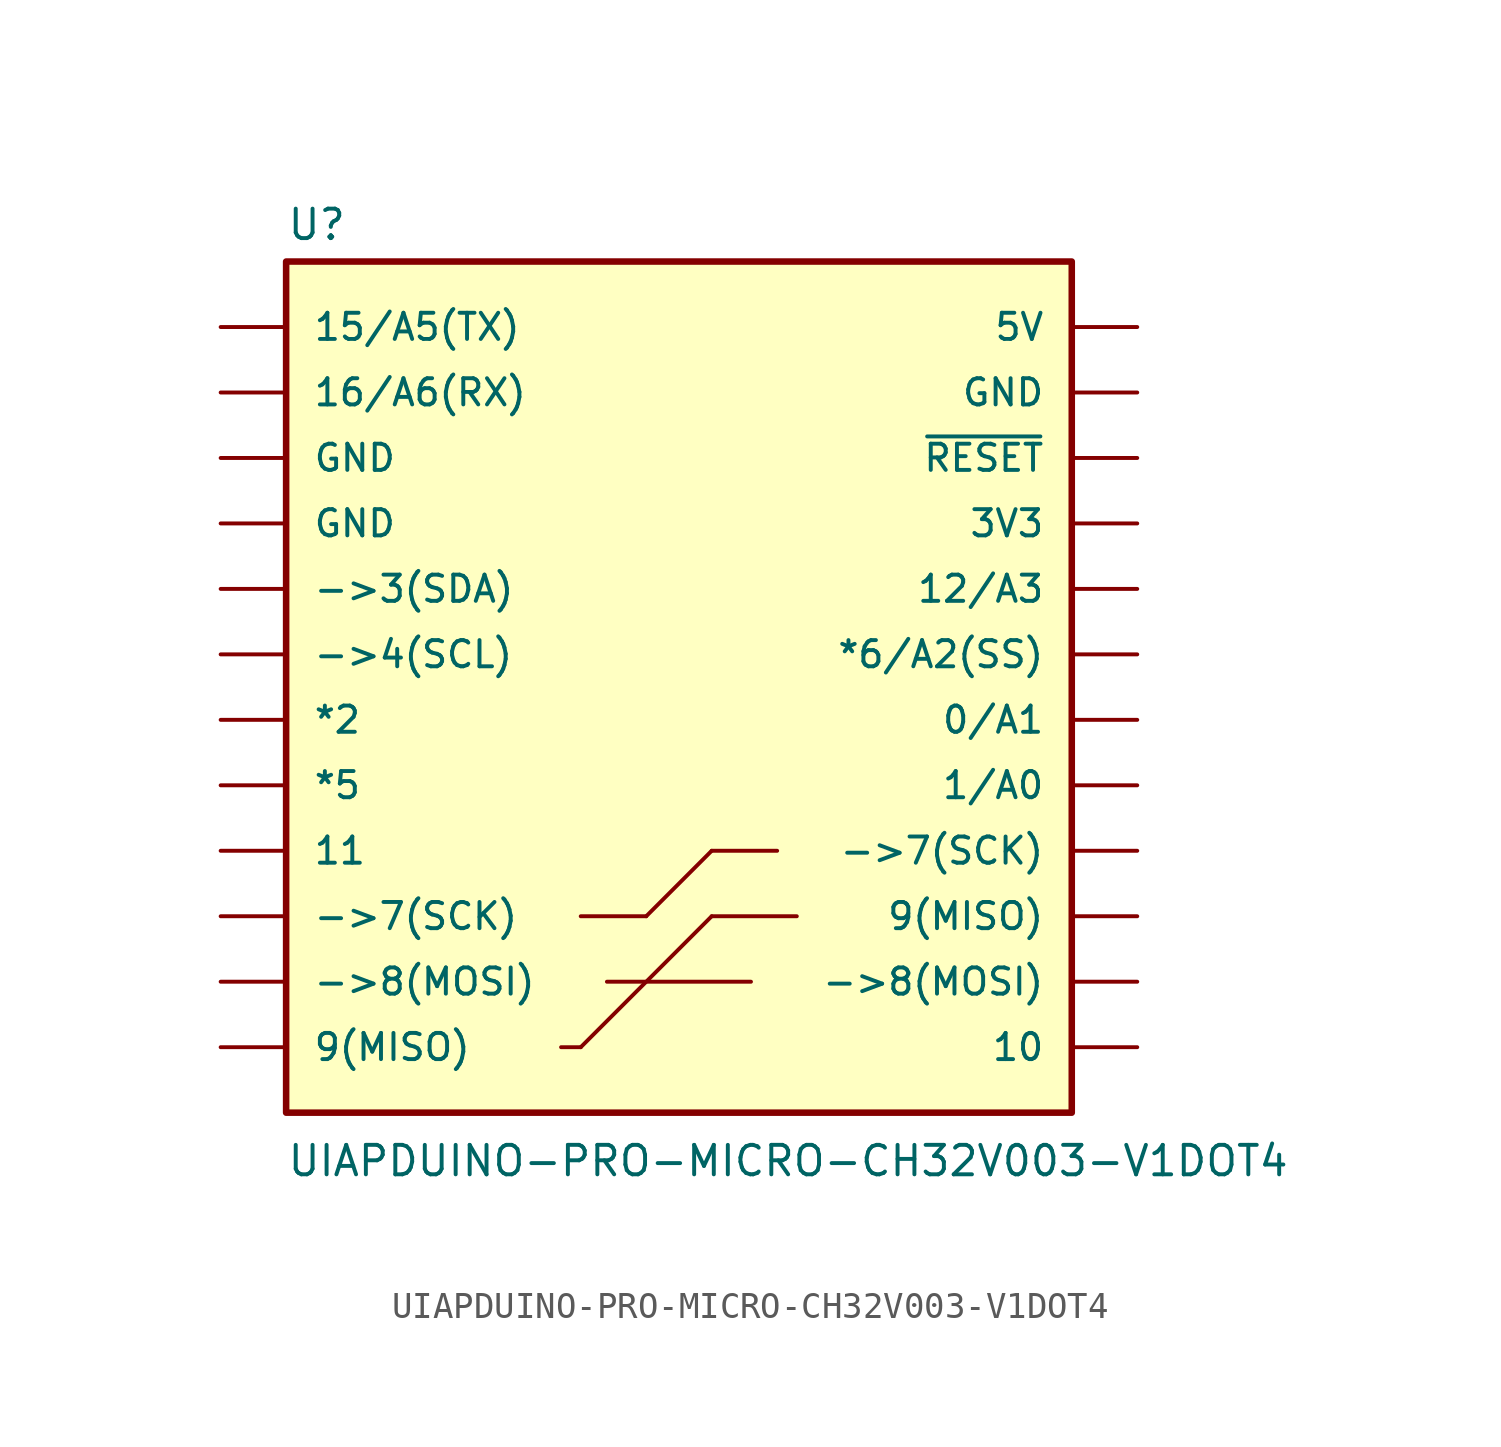
<source format=kicad_sym>
(kicad_symbol_lib
  (version 20241209)
  (generator "kicad_symbol_editor")
  (generator_version "9.0")
  (symbol "UIAPDUINO-PRO-MICRO-CH32V003-V1DOT4"
    (pin_numbers
      (hide yes))
    (pin_names
      (offset 1.016))
    (property "Reference" "U"
      (at -15.24 18.542 0)
      (effects (font (size 1.143 1.143)) (justify left bottom)))
    (property "Value" "UIAPDUINO-PRO-MICRO-CH32V003-V1DOT4"
      (at -15.24 -17.78 0)
      (effects (font (size 1.143 1.143)) (justify left bottom)))
    (symbol "UIAPDUINO-PRO-MICRO-CH32V003-V1DOT4_0_1"
      (rectangle (start -15.24 17.78) (end 15.24 -15.24) (stroke (width 0.254) (type default)) (fill (type background))))
    (symbol "UIAPDUINO-PRO-MICRO-CH32V003-V1DOT4_1_0"
      (polyline (pts (xy -3.81 -12.7) (xy -4.572 -12.7)) (stroke (width 0) (type solid)) (fill (type none)))
      (polyline (pts (xy -2.794 -10.16) (xy 2.794 -10.16)) (stroke (width 0) (type solid)) (fill (type none)))
      (polyline (pts (xy -1.27 -7.62) (xy -3.81 -7.62)) (stroke (width 0) (type solid)) (fill (type none)))
      (polyline (pts (xy 1.27 -5.08) (xy -1.27 -7.62)) (stroke (width 0) (type solid)) (fill (type none)))
      (polyline (pts (xy 1.27 -7.62) (xy -3.81 -12.7)) (stroke (width 0) (type solid)) (fill (type none)))
      (polyline (pts (xy 3.81 -5.08) (xy 1.27 -5.08)) (stroke (width 0) (type solid)) (fill (type none)))
      (polyline (pts (xy 4.572 -7.62) (xy 1.27 -7.62)) (stroke (width 0) (type solid)) (fill (type none))))
    (symbol "UIAPDUINO-PRO-MICRO-CH32V003-V1DOT4_1_1"
      (pin bidirectional line (at -17.78 15.24 0) (length 2.54) (name "15/A5(TX)" (effects (font (size 1.016 1.016)))) (number "1" (effects (font (size 1.016 1.016)))))
      (pin bidirectional line (at -17.78 12.7 0) (length 2.54) (name "16/A6(RX)" (effects (font (size 1.016 1.016)))) (number "2" (effects (font (size 1.016 1.016)))))
      (pin power_in line (at -17.78 10.16 0) (length 2.54) (name "GND" (effects (font (size 1.016 1.016)))) (number "3" (effects (font (size 1.016 1.016)))))
      (pin power_in line (at -17.78 7.62 0) (length 2.54) (name "GND" (effects (font (size 1.016 1.016)))) (number "4" (effects (font (size 1.016 1.016)))))
      (pin bidirectional line (at -17.78 5.08 0) (length 2.54) (name "->3(SDA)" (effects (font (size 1.016 1.016)))) (number "5" (effects (font (size 1.016 1.016)))))
      (pin bidirectional line (at -17.78 2.54 0) (length 2.54) (name "->4(SCL)" (effects (font (size 1.016 1.016)))) (number "6" (effects (font (size 1.016 1.016)))))
      (pin bidirectional line (at -17.78 0 0) (length 2.54) (name "*2" (effects (font (size 1.016 1.016)))) (number "7" (effects (font (size 1.016 1.016)))))
      (pin bidirectional line (at -17.78 -2.54 0) (length 2.54) (name "*5" (effects (font (size 1.016 1.016)))) (number "8" (effects (font (size 1.016 1.016)))))
      (pin bidirectional line (at -17.78 -5.08 0) (length 2.54) (name "11" (effects (font (size 1.016 1.016)))) (number "9" (effects (font (size 1.016 1.016)))))
      (pin bidirectional line (at -17.78 -7.62 0) (length 2.54) (name "->7(SCK)" (effects (font (size 1.016 1.016)))) (number "10" (effects (font (size 1.016 1.016)))))
      (pin bidirectional line (at -17.78 -10.16 0) (length 2.54) (name "->8(MOSI)" (effects (font (size 1.016 1.016)))) (number "11" (effects (font (size 1.016 1.016)))))
      (pin bidirectional line (at -17.78 -12.7 0) (length 2.54) (name "9(MISO)" (effects (font (size 1.016 1.016)))) (number "12" (effects (font (size 1.016 1.016)))))
      (pin power_in line (at 17.78 15.24 180) (length 2.54) (name "5V" (effects (font (size 1.016 1.016)))) (number "24" (effects (font (size 1.016 1.016)))))
      (pin power_in line (at 17.78 12.7 180) (length 2.54) (name "GND" (effects (font (size 1.016 1.016)))) (number "23" (effects (font (size 1.016 1.016)))))
      (pin bidirectional line (at 17.78 10.16 180) (length 2.54) (name "~{RESET}" (effects (font (size 1.016 1.016)))) (number "22" (effects (font (size 1.016 1.016)))))
      (pin power_in line (at 17.78 7.62 180) (length 2.54) (name "3V3" (effects (font (size 1.016 1.016)))) (number "21" (effects (font (size 1.016 1.016)))))
      (pin bidirectional line (at 17.78 5.08 180) (length 2.54) (name "12/A3" (effects (font (size 1.016 1.016)))) (number "20" (effects (font (size 1.016 1.016)))))
      (pin bidirectional line (at 17.78 2.54 180) (length 2.54) (name "*6/A2(SS)" (effects (font (size 1.016 1.016)))) (number "19" (effects (font (size 1.016 1.016)))))
      (pin bidirectional line (at 17.78 0 180) (length 2.54) (name "0/A1" (effects (font (size 1.016 1.016)))) (number "18" (effects (font (size 1.016 1.016)))))
      (pin bidirectional line (at 17.78 -2.54 180) (length 2.54) (name "1/A0" (effects (font (size 1.016 1.016)))) (number "17" (effects (font (size 1.016 1.016)))))
      (pin bidirectional line (at 17.78 -5.08 180) (length 2.54) (name "->7(SCK)" (effects (font (size 1.016 1.016)))) (number "16" (effects (font (size 1.016 1.016)))))
      (pin bidirectional line (at 17.78 -7.62 180) (length 2.54) (name "9(MISO)" (effects (font (size 1.016 1.016)))) (number "15" (effects (font (size 1.016 1.016)))))
      (pin bidirectional line (at 17.78 -10.16 180) (length 2.54) (name "->8(MOSI)" (effects (font (size 1.016 1.016)))) (number "14" (effects (font (size 1.016 1.016)))))
      (pin bidirectional line (at 17.78 -12.7 180) (length 2.54) (name "10" (effects (font (size 1.016 1.016)))) (number "13" (effects (font (size 1.016 1.016))))))))
</source>
